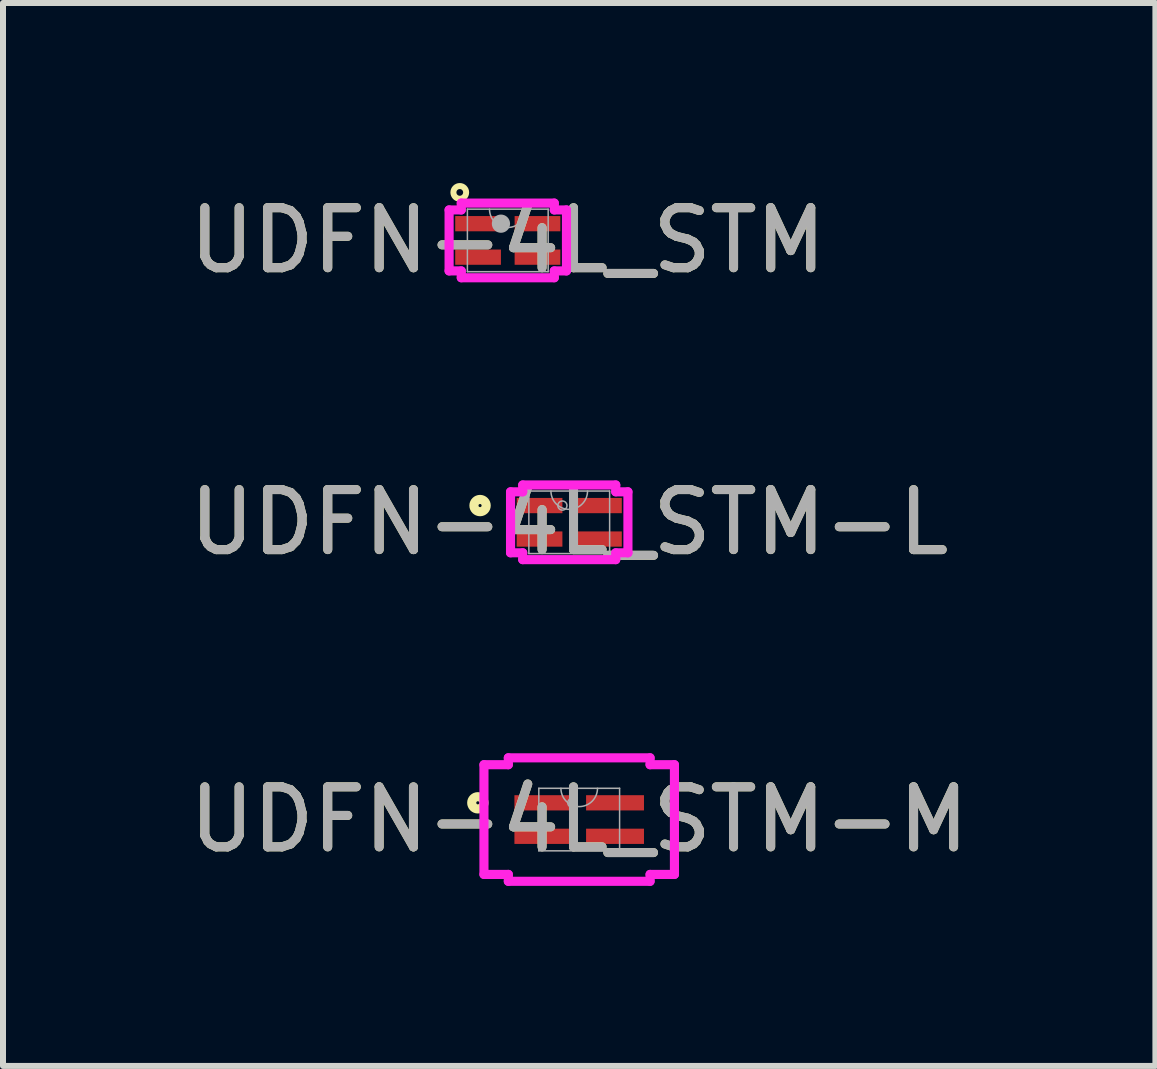
<source format=kicad_pcb>
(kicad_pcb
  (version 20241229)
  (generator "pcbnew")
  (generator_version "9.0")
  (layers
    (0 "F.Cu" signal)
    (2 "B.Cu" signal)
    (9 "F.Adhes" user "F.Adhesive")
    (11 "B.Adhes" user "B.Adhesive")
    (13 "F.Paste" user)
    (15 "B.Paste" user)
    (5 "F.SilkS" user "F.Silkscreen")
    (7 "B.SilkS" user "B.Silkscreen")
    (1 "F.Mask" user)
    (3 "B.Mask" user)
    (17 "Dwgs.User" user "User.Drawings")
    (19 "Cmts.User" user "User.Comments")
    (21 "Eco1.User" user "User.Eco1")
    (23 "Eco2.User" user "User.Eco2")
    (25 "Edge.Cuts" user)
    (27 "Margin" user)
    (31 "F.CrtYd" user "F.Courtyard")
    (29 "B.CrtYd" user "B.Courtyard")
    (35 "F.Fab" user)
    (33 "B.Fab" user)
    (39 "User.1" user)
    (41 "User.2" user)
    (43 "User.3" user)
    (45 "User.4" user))
  (footprint "UDFN-4L_STM"
    (layer "F.Cu")
    (at 5.411 0.956)
    (property "Reference" "UDFN-4L_STM" (at 0 0 0) (unlocked yes) (layer "F.SilkS") (effects (font (size 1 1) (thickness 0.15))))
    (attr smd)
    (fp_circle (center -0.8 -0.8) (end -0.875 -0.875) (stroke (width 0.1) (type default)) (fill no) (layer "F.SilkS"))
    (fp_line (start -0.978 -0.508) (end -0.775 -0.508) (stroke (width 0.152) (type solid)) (layer "F.CrtYd"))
    (fp_line (start -0.978 0.508) (end -0.978 -0.508) (stroke (width 0.152) (type solid)) (layer "F.CrtYd"))
    (fp_line (start -0.978 0.508) (end -0.775 0.508) (stroke (width 0.152) (type solid)) (layer "F.CrtYd"))
    (fp_line (start -0.775 -0.622) (end 0.775 -0.622) (stroke (width 0.152) (type solid)) (layer "F.CrtYd"))
    (fp_line (start -0.775 -0.508) (end -0.775 -0.622) (stroke (width 0.152) (type solid)) (layer "F.CrtYd"))
    (fp_line (start -0.775 0.622) (end -0.775 0.508) (stroke (width 0.152) (type solid)) (layer "F.CrtYd"))
    (fp_line (start 0.775 -0.622) (end 0.775 -0.508) (stroke (width 0.152) (type solid)) (layer "F.CrtYd"))
    (fp_line (start 0.775 0.508) (end 0.775 0.622) (stroke (width 0.152) (type solid)) (layer "F.CrtYd"))
    (fp_line (start 0.775 0.622) (end -0.775 0.622) (stroke (width 0.152) (type solid)) (layer "F.CrtYd"))
    (fp_line (start 0.978 -0.508) (end 0.775 -0.508) (stroke (width 0.152) (type solid)) (layer "F.CrtYd"))
    (fp_line (start 0.978 -0.508) (end 0.978 0.508) (stroke (width 0.152) (type solid)) (layer "F.CrtYd"))
    (fp_line (start 0.978 0.508) (end 0.775 0.508) (stroke (width 0.152) (type solid)) (layer "F.CrtYd"))
    (fp_line (start -0.673 -0.521) (end -0.673 0.521) (stroke (width 0.025) (type solid)) (layer "F.Fab"))
    (fp_line (start -0.673 0.521) (end 0.673 0.521) (stroke (width 0.025) (type solid)) (layer "F.Fab"))
    (fp_line (start 0.673 -0.521) (end -0.673 -0.521) (stroke (width 0.025) (type solid)) (layer "F.Fab"))
    (fp_line (start 0.673 0.521) (end 0.673 -0.521) (stroke (width 0.025) (type solid)) (layer "F.Fab"))
    (fp_arc (start 0.3048 -0.5207) (mid 0 -0.2159) (end -0.3048 -0.5207) (stroke (width 0.0254) (type solid)) (layer "F.Fab"))
    (fp_circle (center -0.114 -0.279) (end -0.038 -0.279) (stroke (width 0.152) (type solid)) (fill no) (layer "F.Fab"))
    (fp_text user "${REFERENCE}" (at 0 0 0) (unlocked yes) (layer "F.Fab") (effects (font (size 1 1) (thickness 0.15))))
    (pad "1" smd rect (at -0.495 -0.279) (size 0.762 0.254) (layers "F.Cu" "F.Mask" "F.Paste"))
    (pad "2" smd rect (at -0.495 0.279) (size 0.762 0.254) (layers "F.Cu" "F.Mask" "F.Paste"))
    (pad "3" smd rect (at 0.495 0.279) (size 0.762 0.254) (layers "F.Cu" "F.Mask" "F.Paste"))
    (pad "4" smd rect (at 0.495 -0.279) (size 0.762 0.254) (layers "F.Cu" "F.Mask" "F.Paste"))
    (zone (net_name "") (layer "F.Cu") (name "keepout") (hatch edge 0.5) (connect_pads) (min_thickness 0.25) (filled_areas_thickness no) (keepout (tracks allowed) (vias allowed) (pads allowed) (copperpour not_allowed) (footprints allowed)) (placement (enabled no)) (fill) (polygon (pts (xy 4.661 1.606) (xy 4.661 1.456) (xy 4.411 1.456) (xy 4.411 0.456) (xy 4.661 0.456) (xy 4.661 0.306) (xy 6.161 0.306) (xy 6.161 0.456) (xy 6.411 0.456) (xy 6.411 1.456) (xy 6.211 1.456) (xy 6.211 1.606)))))
  (footprint "UDFN-4L_STM-M"
    (layer "F.Cu")
    (at 6.601 10.606)
    (property "Reference" "UDFN-4L_STM-M" (at 0 0 0) (unlocked yes) (layer "F.SilkS") (effects (font (size 1 1) (thickness 0.15))))
    (attr smd)
    (fp_circle (center -1.689 -0.279) (end -1.587 -0.279) (stroke (width 0.152) (type solid)) (fill no) (layer "F.SilkS"))
    (fp_line (start -1.587 -0.914) (end -1.181 -0.914) (stroke (width 0.152) (type solid)) (layer "F.CrtYd"))
    (fp_line (start -1.587 0.914) (end -1.587 -0.914) (stroke (width 0.152) (type solid)) (layer "F.CrtYd"))
    (fp_line (start -1.587 0.914) (end -1.181 0.914) (stroke (width 0.152) (type solid)) (layer "F.CrtYd"))
    (fp_line (start -1.181 -1.029) (end 1.181 -1.029) (stroke (width 0.152) (type solid)) (layer "F.CrtYd"))
    (fp_line (start -1.181 -0.914) (end -1.181 -1.029) (stroke (width 0.152) (type solid)) (layer "F.CrtYd"))
    (fp_line (start -1.181 1.029) (end -1.181 0.914) (stroke (width 0.152) (type solid)) (layer "F.CrtYd"))
    (fp_line (start 1.181 -1.029) (end 1.181 -0.914) (stroke (width 0.152) (type solid)) (layer "F.CrtYd"))
    (fp_line (start 1.181 0.914) (end 1.181 1.029) (stroke (width 0.152) (type solid)) (layer "F.CrtYd"))
    (fp_line (start 1.181 1.029) (end -1.181 1.029) (stroke (width 0.152) (type solid)) (layer "F.CrtYd"))
    (fp_line (start 1.587 -0.914) (end 1.181 -0.914) (stroke (width 0.152) (type solid)) (layer "F.CrtYd"))
    (fp_line (start 1.587 -0.914) (end 1.587 0.914) (stroke (width 0.152) (type solid)) (layer "F.CrtYd"))
    (fp_line (start 1.587 0.914) (end 1.181 0.914) (stroke (width 0.152) (type solid)) (layer "F.CrtYd"))
    (fp_line (start -0.673 -0.521) (end -0.673 0.521) (stroke (width 0.025) (type solid)) (layer "F.Fab"))
    (fp_line (start -0.673 0.521) (end 0.673 0.521) (stroke (width 0.025) (type solid)) (layer "F.Fab"))
    (fp_line (start 0.673 -0.521) (end -0.673 -0.521) (stroke (width 0.025) (type solid)) (layer "F.Fab"))
    (fp_line (start 0.673 0.521) (end 0.673 -0.521) (stroke (width 0.025) (type solid)) (layer "F.Fab"))
    (fp_arc (start 0.3048 -0.5207) (mid 0 -0.2159) (end -0.3048 -0.5207) (stroke (width 0.0254) (type solid)) (layer "F.Fab"))
    (fp_circle (center -0.114 -0.279) (end -0.038 -0.279) (stroke (width 0.025) (type solid)) (fill no) (layer "F.Fab"))
    (fp_text user "${REFERENCE}" (at 0 0 0) (unlocked yes) (layer "F.Fab") (effects (font (size 1 1) (thickness 0.15))))
    (pad "1" smd rect (at -0.597 -0.279) (size 0.965 0.254) (layers "F.Cu" "F.Mask" "F.Paste"))
    (pad "2" smd rect (at -0.597 0.279) (size 0.965 0.254) (layers "F.Cu" "F.Mask" "F.Paste"))
    (pad "3" smd rect (at 0.597 0.279) (size 0.965 0.254) (layers "F.Cu" "F.Mask" "F.Paste"))
    (pad "4" smd rect (at 0.597 -0.279) (size 0.965 0.254) (layers "F.Cu" "F.Mask" "F.Paste")))
  (footprint "UDFN-4L_STM-L"
    (layer "F.Cu")
    (at 6.435 5.653)
    (property "Reference" "UDFN-4L_STM-L" (at 0 0 0) (unlocked yes) (layer "F.SilkS") (effects (font (size 1 1) (thickness 0.15))))
    (attr smd)
    (fp_circle (center -1.486 -0.279) (end -1.384 -0.279) (stroke (width 0.152) (type solid)) (fill no) (layer "F.SilkS"))
    (fp_line (start -0.978 -0.508) (end -0.775 -0.508) (stroke (width 0.152) (type solid)) (layer "F.CrtYd"))
    (fp_line (start -0.978 0.508) (end -0.978 -0.508) (stroke (width 0.152) (type solid)) (layer "F.CrtYd"))
    (fp_line (start -0.978 0.508) (end -0.775 0.508) (stroke (width 0.152) (type solid)) (layer "F.CrtYd"))
    (fp_line (start -0.775 -0.622) (end 0.775 -0.622) (stroke (width 0.152) (type solid)) (layer "F.CrtYd"))
    (fp_line (start -0.775 -0.508) (end -0.775 -0.622) (stroke (width 0.152) (type solid)) (layer "F.CrtYd"))
    (fp_line (start -0.775 0.622) (end -0.775 0.508) (stroke (width 0.152) (type solid)) (layer "F.CrtYd"))
    (fp_line (start 0.775 -0.622) (end 0.775 -0.508) (stroke (width 0.152) (type solid)) (layer "F.CrtYd"))
    (fp_line (start 0.775 0.508) (end 0.775 0.622) (stroke (width 0.152) (type solid)) (layer "F.CrtYd"))
    (fp_line (start 0.775 0.622) (end -0.775 0.622) (stroke (width 0.152) (type solid)) (layer "F.CrtYd"))
    (fp_line (start 0.978 -0.508) (end 0.775 -0.508) (stroke (width 0.152) (type solid)) (layer "F.CrtYd"))
    (fp_line (start 0.978 -0.508) (end 0.978 0.508) (stroke (width 0.152) (type solid)) (layer "F.CrtYd"))
    (fp_line (start 0.978 0.508) (end 0.775 0.508) (stroke (width 0.152) (type solid)) (layer "F.CrtYd"))
    (fp_line (start -0.673 -0.521) (end -0.673 0.521) (stroke (width 0.025) (type solid)) (layer "F.Fab"))
    (fp_line (start -0.673 0.521) (end 0.673 0.521) (stroke (width 0.025) (type solid)) (layer "F.Fab"))
    (fp_line (start 0.673 -0.521) (end -0.673 -0.521) (stroke (width 0.025) (type solid)) (layer "F.Fab"))
    (fp_line (start 0.673 0.521) (end 0.673 -0.521) (stroke (width 0.025) (type solid)) (layer "F.Fab"))
    (fp_arc (start 0.3048 -0.5207) (mid 0 -0.2159) (end -0.3048 -0.5207) (stroke (width 0.0254) (type solid)) (layer "F.Fab"))
    (fp_circle (center -0.114 -0.279) (end -0.038 -0.279) (stroke (width 0.025) (type solid)) (fill no) (layer "F.Fab"))
    (fp_text user "${REFERENCE}" (at 0 0 0) (unlocked yes) (layer "F.Fab") (effects (font (size 1 1) (thickness 0.15))))
    (pad "1" smd rect (at -0.495 -0.279) (size 0.762 0.254) (layers "F.Cu" "F.Mask" "F.Paste"))
    (pad "2" smd rect (at -0.495 0.279) (size 0.762 0.254) (layers "F.Cu" "F.Mask" "F.Paste"))
    (pad "3" smd rect (at 0.495 0.279) (size 0.762 0.254) (layers "F.Cu" "F.Mask" "F.Paste"))
    (pad "4" smd rect (at 0.495 -0.279) (size 0.762 0.254) (layers "F.Cu" "F.Mask" "F.Paste")))
  (gr_rect
    (start -3 -3)
    (end 16.202 14.711)
    (stroke (width 0.1) (type default))
    (fill no)
    (layer "Edge.Cuts")))
</source>
